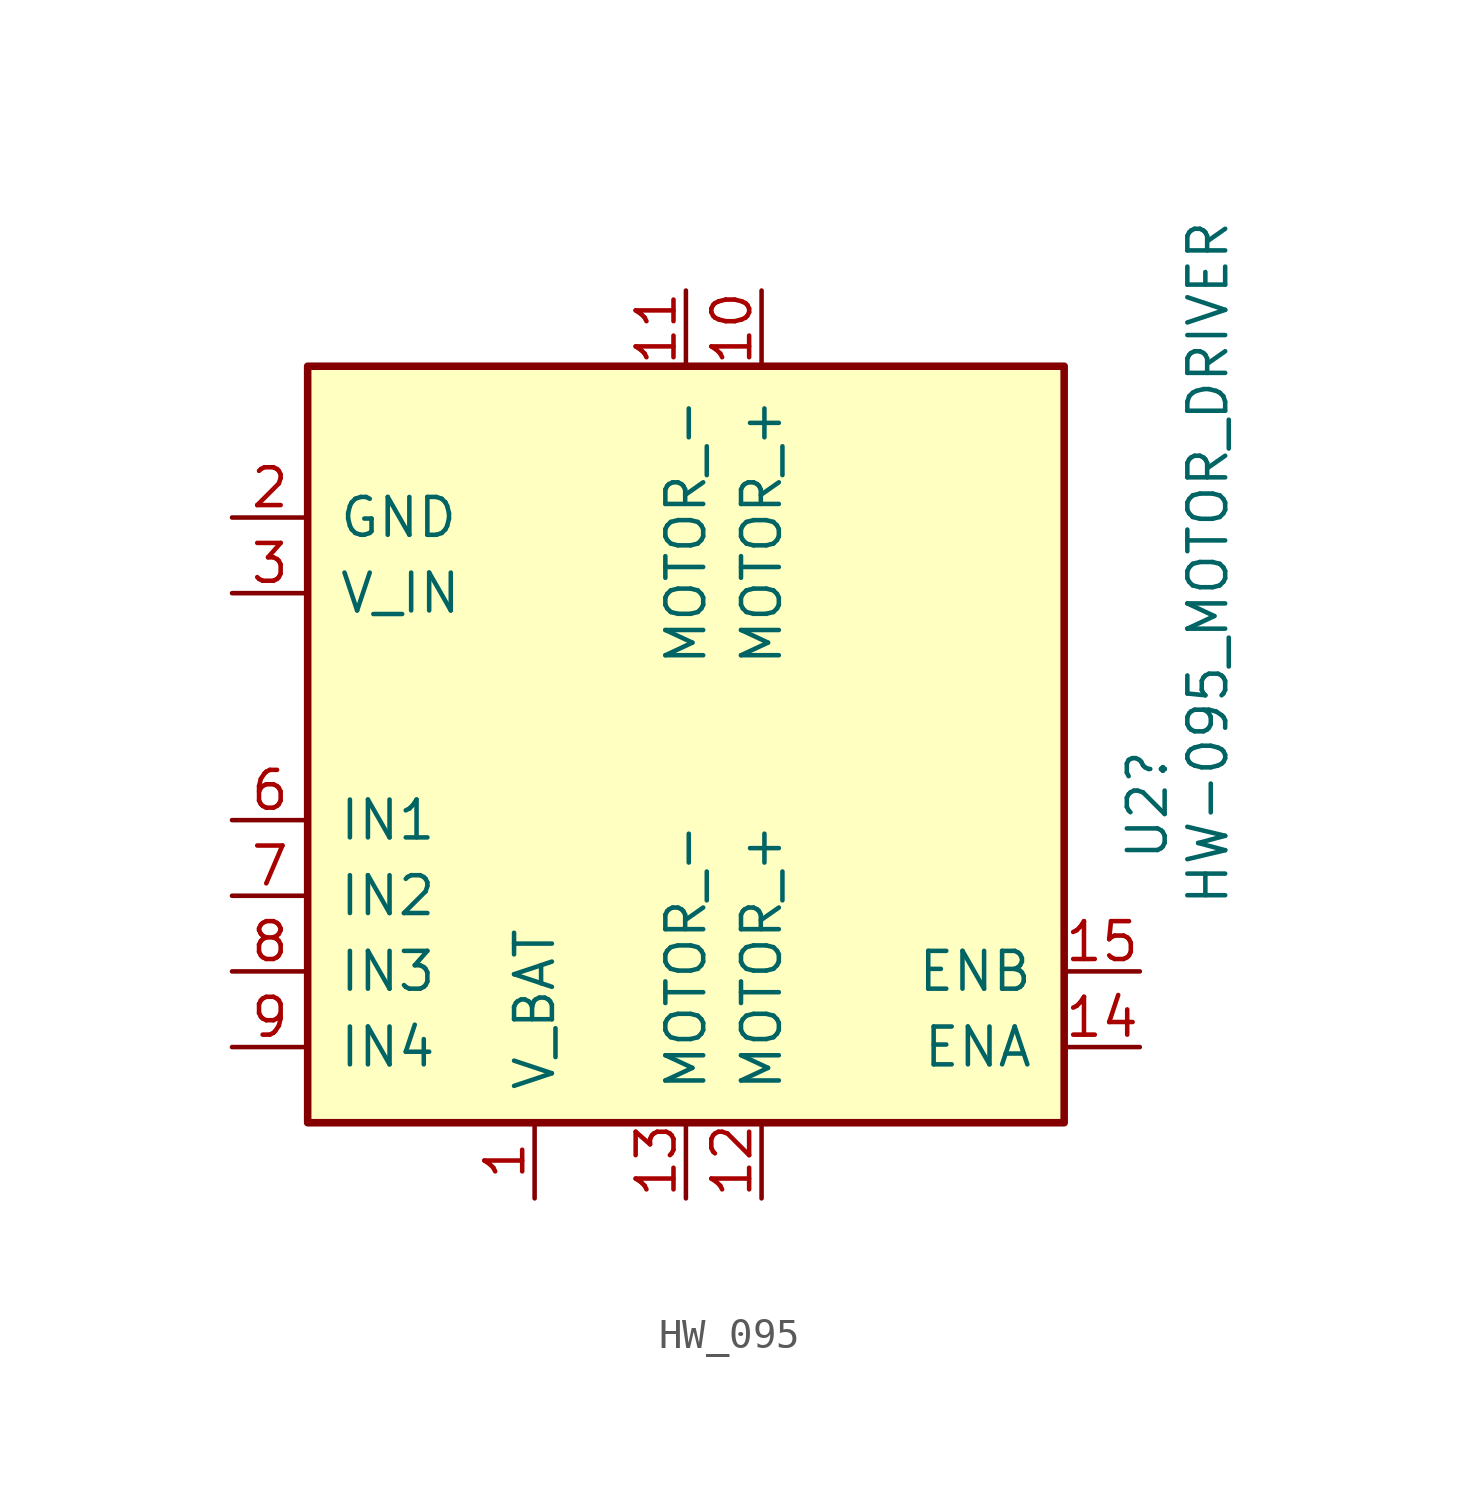
<source format=kicad_sym>
(kicad_symbol_lib
  (version 20231120)
  (generator "kicad_symbol_editor")
  (generator_version "8.0")
  (symbol "HW_095"
    (pin_names
      (offset 1.016))
    (property "Reference" "U2"
      (at 15.494 -2.032 90)
      (effects (font (size 1.27 1.27))))
    (property "Value" "HW-095_MOTOR_DRIVER"
      (at 17.526 6.096 90)
      (effects (font (size 1.27 1.27))))
    (symbol "HW_095_0_1"
      (rectangle (start 12.7 -12.7) (end -12.7 12.7) (stroke (width 0.254) (type default)) (fill (type background))))
    (symbol "HW_095_1_1"
      (pin input line (at -5.08 -15.24 90) (length 2.54) (name "V_BAT" (effects (font (size 1.27 1.27)))) (number "1" (effects (font (size 1.27 1.27)))))
      (pin output line (at 2.54 15.24 270) (length 2.54) (name "MOTOR_+" (effects (font (size 1.27 1.27)))) (number "10" (effects (font (size 1.27 1.27)))))
      (pin output line (at 0 15.24 270) (length 2.54) (name "MOTOR_-" (effects (font (size 1.27 1.27)))) (number "11" (effects (font (size 1.27 1.27)))))
      (pin output line (at 2.54 -15.24 90) (length 2.54) (name "MOTOR_+" (effects (font (size 1.27 1.27)))) (number "12" (effects (font (size 1.27 1.27)))))
      (pin output line (at 0 -15.24 90) (length 2.54) (name "MOTOR_-" (effects (font (size 1.27 1.27)))) (number "13" (effects (font (size 1.27 1.27)))))
      (pin output line (at 15.24 -10.16 180) (length 2.54) (name "ENA" (effects (font (size 1.27 1.27)))) (number "14" (effects (font (size 1.27 1.27)))))
      (pin output line (at 15.24 -7.62 180) (length 2.54) (name "ENB" (effects (font (size 1.27 1.27)))) (number "15" (effects (font (size 1.27 1.27)))))
      (pin input line (at -15.24 7.62 0) (length 2.54) (name "GND" (effects (font (size 1.27 1.27)))) (number "2" (effects (font (size 1.27 1.27)))))
      (pin input line (at -15.24 5.08 0) (length 2.54) (name "V_IN" (effects (font (size 1.27 1.27)))) (number "3" (effects (font (size 1.27 1.27)))))
      (pin input line (at -15.24 -2.54 0) (length 2.54) (name "IN1" (effects (font (size 1.27 1.27)))) (number "6" (effects (font (size 1.27 1.27)))))
      (pin input line (at -15.24 -5.08 0) (length 2.54) (name "IN2" (effects (font (size 1.27 1.27)))) (number "7" (effects (font (size 1.27 1.27)))))
      (pin input line (at -15.24 -7.62 0) (length 2.54) (name "IN3" (effects (font (size 1.27 1.27)))) (number "8" (effects (font (size 1.27 1.27)))))
      (pin input line (at -15.24 -10.16 0) (length 2.54) (name "IN4" (effects (font (size 1.27 1.27)))) (number "9" (effects (font (size 1.27 1.27))))))))
</source>
